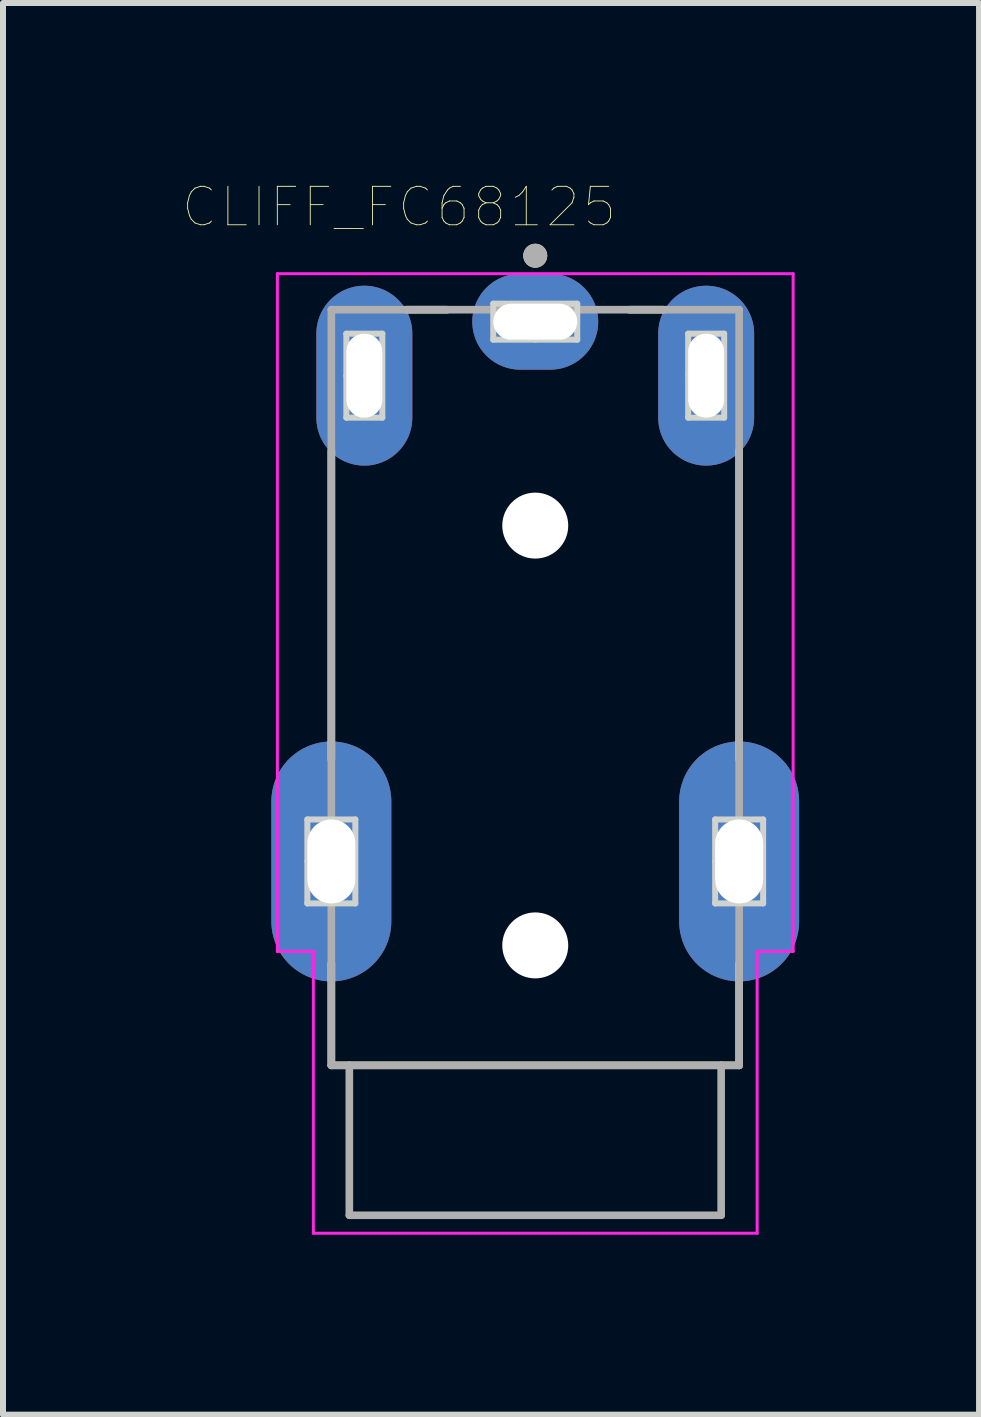
<source format=kicad_pcb>
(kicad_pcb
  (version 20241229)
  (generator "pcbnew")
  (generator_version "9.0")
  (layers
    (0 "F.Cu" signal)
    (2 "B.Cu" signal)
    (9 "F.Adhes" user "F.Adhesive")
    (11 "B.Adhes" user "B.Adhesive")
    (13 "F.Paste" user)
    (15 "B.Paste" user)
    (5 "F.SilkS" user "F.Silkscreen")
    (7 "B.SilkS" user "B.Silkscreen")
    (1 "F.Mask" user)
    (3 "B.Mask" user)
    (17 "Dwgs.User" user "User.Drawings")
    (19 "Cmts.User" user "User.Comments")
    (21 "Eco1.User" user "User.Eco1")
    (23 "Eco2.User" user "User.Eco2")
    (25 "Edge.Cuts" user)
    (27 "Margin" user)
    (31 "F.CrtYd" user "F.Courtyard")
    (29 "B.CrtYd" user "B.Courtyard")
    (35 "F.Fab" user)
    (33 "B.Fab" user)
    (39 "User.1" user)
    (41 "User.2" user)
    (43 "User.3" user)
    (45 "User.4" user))
  (footprint "CLIFF_FC68125"
    (layer "F.Cu")
    (at 5.875 5.714)
    (property "Reference" "CLIFF_FC68125" (at -2.271 -5.312 0) (layer "F.SilkS") (effects (font (size 0.641 0.641) (thickness 0.015))))
    (attr through_hole)
    (fp_line (start -3.4 -1.25) (end -3.4 3.9) (stroke (width 0.127) (type solid)) (layer "F.SilkS"))
    (fp_line (start -3.4 7.3) (end -3.4 9) (stroke (width 0.127) (type solid)) (layer "F.SilkS"))
    (fp_line (start -3.4 9) (end 3.4 9) (stroke (width 0.127) (type solid)) (layer "F.SilkS"))
    (fp_line (start -2.14 -3.6) (end -1.47 -3.6) (stroke (width 0.127) (type solid)) (layer "F.SilkS"))
    (fp_line (start 1.57 -3.6) (end 2.14 -3.6) (stroke (width 0.127) (type solid)) (layer "F.SilkS"))
    (fp_line (start 3.4 -1.25) (end 3.4 3.9) (stroke (width 0.127) (type solid)) (layer "F.SilkS"))
    (fp_line (start 3.4 9) (end 3.4 7.3) (stroke (width 0.127) (type solid)) (layer "F.SilkS"))
    (fp_circle (center 0 -4.5) (end 0.1 -4.5) (stroke (width 0.2) (type solid)) (fill no) (layer "F.SilkS"))
    (fp_line (start -3.8 4.9) (end -3 4.9) (stroke (width 0.1) (type solid)) (layer "Edge.Cuts"))
    (fp_line (start -3.8 5.6) (end -3.8 4.9) (stroke (width 0.1) (type solid)) (layer "Edge.Cuts"))
    (fp_line (start -3.8 6.3) (end -3.8 5.6) (stroke (width 0.1) (type solid)) (layer "Edge.Cuts"))
    (fp_line (start -3.15 -3.2) (end -2.55 -3.2) (stroke (width 0.1) (type solid)) (layer "Edge.Cuts"))
    (fp_line (start -3.15 -2.5) (end -3.15 -3.2) (stroke (width 0.1) (type solid)) (layer "Edge.Cuts"))
    (fp_line (start -3.15 -1.8) (end -3.15 -2.5) (stroke (width 0.1) (type solid)) (layer "Edge.Cuts"))
    (fp_line (start -3 4.9) (end -3 6.3) (stroke (width 0.1) (type solid)) (layer "Edge.Cuts"))
    (fp_line (start -3 6.3) (end -3.8 6.3) (stroke (width 0.1) (type solid)) (layer "Edge.Cuts"))
    (fp_line (start -2.55 -3.2) (end -2.55 -1.8) (stroke (width 0.1) (type solid)) (layer "Edge.Cuts"))
    (fp_line (start -2.55 -1.8) (end -3.15 -1.8) (stroke (width 0.1) (type solid)) (layer "Edge.Cuts"))
    (fp_line (start -0.7 -3.7) (end 0.7 -3.7) (stroke (width 0.1) (type solid)) (layer "Edge.Cuts"))
    (fp_line (start -0.7 -3.1) (end -0.7 -3.7) (stroke (width 0.1) (type solid)) (layer "Edge.Cuts"))
    (fp_line (start 0 -3.1) (end -0.7 -3.1) (stroke (width 0.1) (type solid)) (layer "Edge.Cuts"))
    (fp_line (start 0.7 -3.7) (end 0.7 -3.1) (stroke (width 0.1) (type solid)) (layer "Edge.Cuts"))
    (fp_line (start 0.7 -3.1) (end 0 -3.1) (stroke (width 0.1) (type solid)) (layer "Edge.Cuts"))
    (fp_line (start 2.55 -3.2) (end 3.15 -3.2) (stroke (width 0.1) (type solid)) (layer "Edge.Cuts"))
    (fp_line (start 2.55 -2.5) (end 2.55 -3.2) (stroke (width 0.1) (type solid)) (layer "Edge.Cuts"))
    (fp_line (start 2.55 -1.8) (end 2.55 -2.5) (stroke (width 0.1) (type solid)) (layer "Edge.Cuts"))
    (fp_line (start 3 4.9) (end 3.8 4.9) (stroke (width 0.1) (type solid)) (layer "Edge.Cuts"))
    (fp_line (start 3 5.6) (end 3 4.9) (stroke (width 0.1) (type solid)) (layer "Edge.Cuts"))
    (fp_line (start 3 6.3) (end 3 5.6) (stroke (width 0.1) (type solid)) (layer "Edge.Cuts"))
    (fp_line (start 3.15 -3.2) (end 3.15 -1.8) (stroke (width 0.1) (type solid)) (layer "Edge.Cuts"))
    (fp_line (start 3.15 -1.8) (end 2.55 -1.8) (stroke (width 0.1) (type solid)) (layer "Edge.Cuts"))
    (fp_line (start 3.8 4.9) (end 3.8 6.3) (stroke (width 0.1) (type solid)) (layer "Edge.Cuts"))
    (fp_line (start 3.8 6.3) (end 3 6.3) (stroke (width 0.1) (type solid)) (layer "Edge.Cuts"))
    (fp_line (start -4.3 -4.2) (end 4.3 -4.2) (stroke (width 0.05) (type solid)) (layer "F.CrtYd"))
    (fp_line (start -4.3 7.1) (end -4.3 -4.2) (stroke (width 0.05) (type solid)) (layer "F.CrtYd"))
    (fp_line (start -3.7 7.1) (end -4.3 7.1) (stroke (width 0.05) (type solid)) (layer "F.CrtYd"))
    (fp_line (start -3.7 11.8) (end -3.7 7.1) (stroke (width 0.05) (type solid)) (layer "F.CrtYd"))
    (fp_line (start 3.7 7.1) (end 3.7 11.8) (stroke (width 0.05) (type solid)) (layer "F.CrtYd"))
    (fp_line (start 3.7 11.8) (end -3.7 11.8) (stroke (width 0.05) (type solid)) (layer "F.CrtYd"))
    (fp_line (start 4.3 -4.2) (end 4.3 7.1) (stroke (width 0.05) (type solid)) (layer "F.CrtYd"))
    (fp_line (start 4.3 7.1) (end 3.7 7.1) (stroke (width 0.05) (type solid)) (layer "F.CrtYd"))
    (fp_line (start -3.4 -3.6) (end 3.4 -3.6) (stroke (width 0.127) (type solid)) (layer "F.Fab"))
    (fp_line (start -3.4 9) (end -3.4 -3.6) (stroke (width 0.127) (type solid)) (layer "F.Fab"))
    (fp_line (start -3.1 9) (end -3.4 9) (stroke (width 0.127) (type solid)) (layer "F.Fab"))
    (fp_line (start -3.1 9) (end -3.1 11.5) (stroke (width 0.127) (type solid)) (layer "F.Fab"))
    (fp_line (start -3.1 11.5) (end 3.1 11.5) (stroke (width 0.127) (type solid)) (layer "F.Fab"))
    (fp_line (start 3.1 9) (end -3.1 9) (stroke (width 0.127) (type solid)) (layer "F.Fab"))
    (fp_line (start 3.1 11.5) (end 3.1 9) (stroke (width 0.127) (type solid)) (layer "F.Fab"))
    (fp_line (start 3.4 -3.6) (end 3.4 9) (stroke (width 0.127) (type solid)) (layer "F.Fab"))
    (fp_line (start 3.4 9) (end 3.1 9) (stroke (width 0.127) (type solid)) (layer "F.Fab"))
    (fp_circle (center 0 -4.5) (end 0.1 -4.5) (stroke (width 0.2) (type solid)) (fill no) (layer "F.Fab"))
    (pad "" np_thru_hole circle (at 0 0) (size 1.1 1.1) (drill 1.1) (layers "*.Cu" "*.Mask"))
    (pad "" np_thru_hole circle (at 0 7) (size 1.1 1.1) (drill 1.1) (layers "*.Cu" "*.Mask"))
    (pad "1S" thru_hole oval (at 0 -3.4) (size 2.1 1.6) (drill oval 1.4 0.6) (layers "*.Cu" "*.Mask"))
    (pad "2R" thru_hole oval (at -2.85 -2.5) (size 1.6 3) (drill oval 0.6 1.4) (layers "*.Cu" "*.Mask"))
    (pad "3T" thru_hole oval (at -3.4 5.6) (size 2 4) (drill oval 0.8 1.4) (layers "*.Cu" "*.Mask"))
    (pad "3T" thru_hole oval (at 3.4 5.6) (size 2 4) (drill oval 0.8 1.4) (layers "*.Cu" "*.Mask"))
    (pad "6SR" thru_hole oval (at 2.85 -2.5) (size 1.6 3) (drill oval 0.6 1.4) (layers "*.Cu" "*.Mask")))
  (gr_rect
    (start -3 -3)
    (end 13.275 20.539)
    (stroke (width 0.1) (type default))
    (fill no)
    (layer "Edge.Cuts")))
</source>
